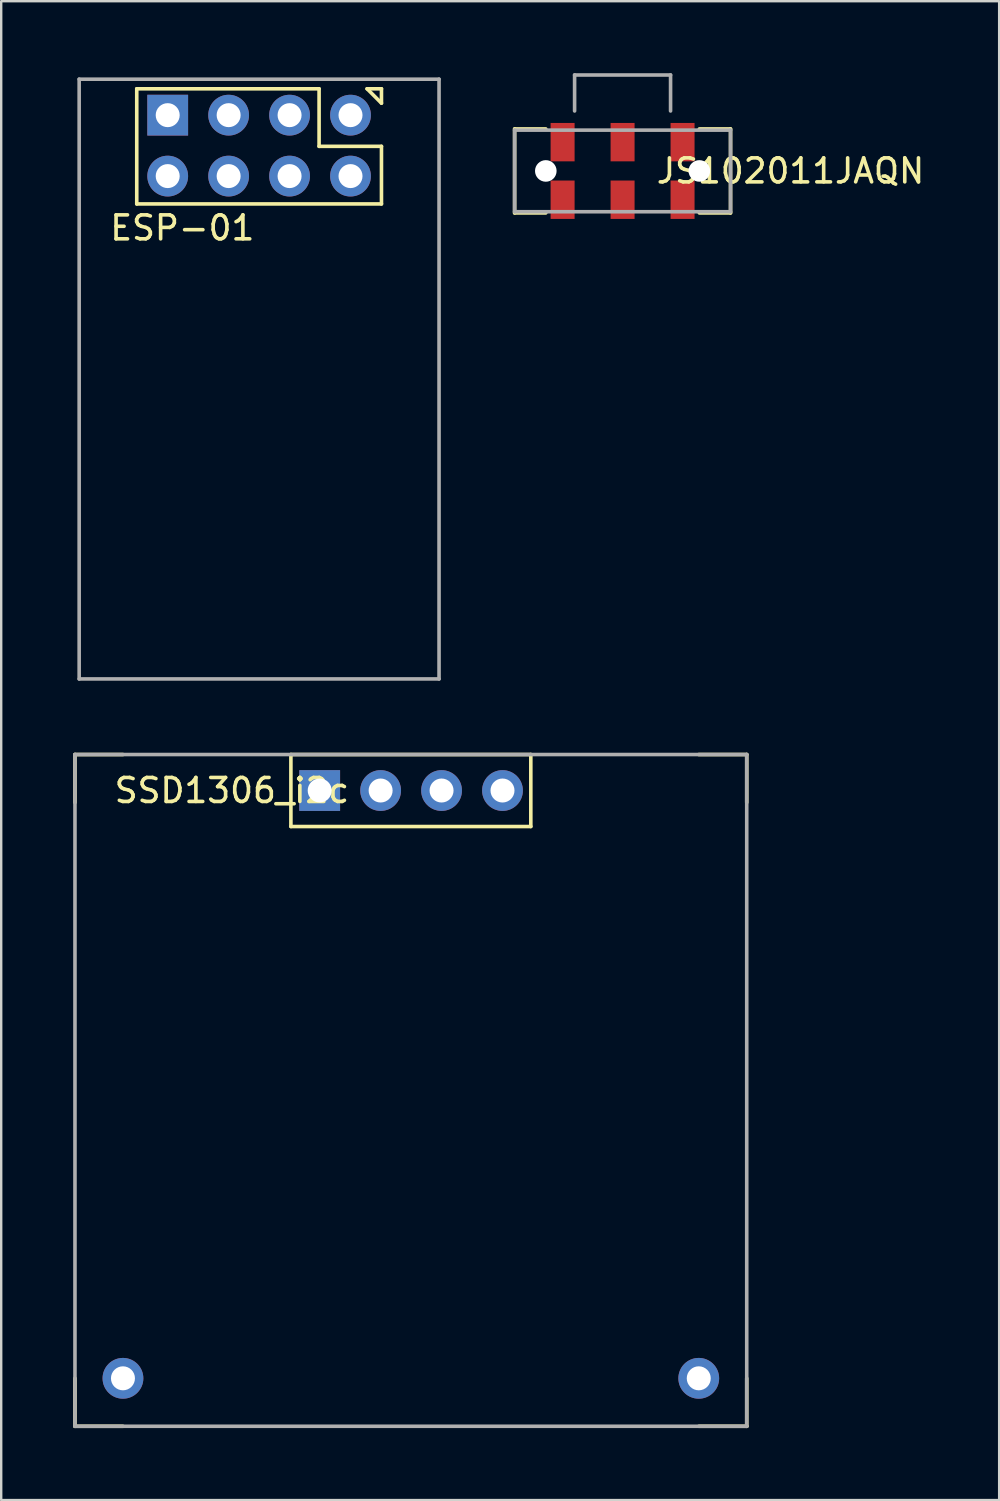
<source format=kicad_pcb>
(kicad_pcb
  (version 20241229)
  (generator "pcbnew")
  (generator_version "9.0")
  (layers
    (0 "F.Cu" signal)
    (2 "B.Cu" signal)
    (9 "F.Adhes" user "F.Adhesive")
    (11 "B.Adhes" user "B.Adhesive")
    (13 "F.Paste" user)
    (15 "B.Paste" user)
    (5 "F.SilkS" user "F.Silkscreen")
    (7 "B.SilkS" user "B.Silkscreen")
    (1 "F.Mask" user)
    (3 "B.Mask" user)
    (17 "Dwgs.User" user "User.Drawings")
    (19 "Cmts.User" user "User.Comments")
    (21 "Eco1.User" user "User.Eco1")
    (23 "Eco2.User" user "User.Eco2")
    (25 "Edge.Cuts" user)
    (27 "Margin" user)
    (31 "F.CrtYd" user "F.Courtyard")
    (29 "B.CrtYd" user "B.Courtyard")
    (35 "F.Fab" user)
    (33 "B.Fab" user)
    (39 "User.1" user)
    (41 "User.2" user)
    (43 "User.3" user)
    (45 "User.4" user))
  (footprint "JS102011JAQN"
    (layer "F.Cu")
    (at 22.9 4.075)
    (property "Reference" "JS102011JAQN" (at 7 0 0) (layer "F.SilkS") (effects (font (size 1 1) (thickness 0.15))))
    (attr through_hole)
    (fp_line (start -4.5 -1.75) (end -4.5 1.75) (stroke (width 0.15) (type solid)) (layer "F.SilkS"))
    (fp_line (start -4.5 -1.75) (end -3.2 -1.75) (stroke (width 0.15) (type solid)) (layer "F.SilkS"))
    (fp_line (start -4.5 1.75) (end -3.2 1.75) (stroke (width 0.15) (type solid)) (layer "F.SilkS"))
    (fp_line (start 3.2 -1.75) (end 4.5 -1.75) (stroke (width 0.15) (type solid)) (layer "F.SilkS"))
    (fp_line (start 3.2 1.75) (end 4.5 1.75) (stroke (width 0.15) (type solid)) (layer "F.SilkS"))
    (fp_line (start 4.5 -1.75) (end 4.5 1.75) (stroke (width 0.15) (type solid)) (layer "F.SilkS"))
    (fp_line (start -4.5 -1.7) (end 4.5 -1.7) (stroke (width 0.15) (type solid)) (layer "F.Fab"))
    (fp_line (start -4.5 1.7) (end -4.5 -1.7) (stroke (width 0.15) (type solid)) (layer "F.Fab"))
    (fp_line (start -2 -4) (end 2 -4) (stroke (width 0.15) (type solid)) (layer "F.Fab"))
    (fp_line (start -2 -2.5) (end -2 -4) (stroke (width 0.15) (type solid)) (layer "F.Fab"))
    (fp_line (start 2 -2.5) (end 2 -4) (stroke (width 0.15) (type solid)) (layer "F.Fab"))
    (fp_line (start 4.5 -1.7) (end 4.5 1.7) (stroke (width 0.15) (type solid)) (layer "F.Fab"))
    (fp_line (start 4.5 1.7) (end -4.5 1.7) (stroke (width 0.15) (type solid)) (layer "F.Fab"))
    (pad "" np_thru_hole circle (at -3.2 0) (size 0.9 0.9) (drill 0.9) (layers "*.Cu" "*.Mask"))
    (pad "" np_thru_hole circle (at 3.2 0) (size 0.9 0.9) (drill 0.9) (layers "*.Cu" "*.Mask"))
    (pad "1" smd rect (at -2.5 -1.2 90) (size 1.6 1) (layers "F.Cu" "F.Mask" "F.Paste"))
    (pad "2" smd rect (at 0 -1.2 90) (size 1.6 1) (layers "F.Cu" "F.Mask" "F.Paste"))
    (pad "3" smd rect (at 2.5 -1.2 90) (size 1.6 1) (layers "F.Cu" "F.Mask" "F.Paste"))
    (pad "4" smd rect (at -2.5 1.2 90) (size 1.6 1) (layers "F.Cu" "F.Mask" "F.Paste"))
    (pad "5" smd rect (at 0 1.2 90) (size 1.6 1) (layers "F.Cu" "F.Mask" "F.Paste"))
    (pad "6" smd rect (at 2.5 1.2 90) (size 1.6 1) (layers "F.Cu" "F.Mask" "F.Paste")))
  (footprint "SSD1306_i2c"
    (layer "F.Cu")
    (at 14.075 42.4)
    (property "Reference" "SSD1306_i2c" (at -7.46 -12.5 0) (layer "F.SilkS") (effects (font (size 1 1) (thickness 0.15))))
    (attr through_hole)
    (fp_line (start -14 -14) (end -14 -12) (stroke (width 0.15) (type solid)) (layer "F.SilkS"))
    (fp_line (start -14 -14) (end -12 -14) (stroke (width 0.15) (type solid)) (layer "F.SilkS"))
    (fp_line (start -14 14) (end -14 12) (stroke (width 0.15) (type solid)) (layer "F.SilkS"))
    (fp_line (start -14 14) (end -12 14) (stroke (width 0.15) (type solid)) (layer "F.SilkS"))
    (fp_line (start -5 -14) (end -5 -11) (stroke (width 0.15) (type solid)) (layer "F.SilkS"))
    (fp_line (start -5 -14) (end 5 -14) (stroke (width 0.15) (type solid)) (layer "F.SilkS"))
    (fp_line (start -5 -11) (end 5 -11) (stroke (width 0.15) (type solid)) (layer "F.SilkS"))
    (fp_line (start 5 -11) (end 5 -14) (stroke (width 0.15) (type solid)) (layer "F.SilkS"))
    (fp_line (start 14 -14) (end 12 -14) (stroke (width 0.15) (type solid)) (layer "F.SilkS"))
    (fp_line (start 14 -14) (end 14 -12) (stroke (width 0.15) (type solid)) (layer "F.SilkS"))
    (fp_line (start 14 14) (end 14 12) (stroke (width 0.15) (type solid)) (layer "F.SilkS"))
    (fp_line (start 14.005 14) (end 12.005 14) (stroke (width 0.15) (type solid)) (layer "F.SilkS"))
    (fp_line (start -14 -14) (end 14 -14) (stroke (width 0.15) (type solid)) (layer "F.Fab"))
    (fp_line (start -14 14) (end -14 -14) (stroke (width 0.15) (type solid)) (layer "F.Fab"))
    (fp_line (start 14 -14) (end 14 14) (stroke (width 0.15) (type solid)) (layer "F.Fab"))
    (fp_line (start 14 14) (end -14 14) (stroke (width 0.15) (type solid)) (layer "F.Fab"))
    (pad "" thru_hole circle (at -12 12) (size 1.7 1.7) (drill 1) (layers "*.Cu" "*.Mask"))
    (pad "" thru_hole circle (at 12 12) (size 1.7 1.7) (drill 1) (layers "*.Cu" "*.Mask"))
    (pad "1" thru_hole rect (at -3.8 -12.5) (size 1.7 1.7) (drill 1) (layers "*.Cu" "*.Mask"))
    (pad "2" thru_hole circle (at -1.26 -12.5) (size 1.7 1.7) (drill 1) (layers "*.Cu" "*.Mask"))
    (pad "3" thru_hole circle (at 1.28 -12.5) (size 1.7 1.7) (drill 1) (layers "*.Cu" "*.Mask"))
    (pad "4" thru_hole circle (at 3.82 -12.5) (size 1.7 1.7) (drill 1) (layers "*.Cu" "*.Mask")))
  (footprint "ESP-01"
    (layer "F.Cu")
    (at 0.25 0.25)
    (property "Reference" "ESP-01" (at 4.3 6.2 0) (layer "F.SilkS") (effects (font (size 1 1) (thickness 0.15))))
    (attr through_hole)
    (fp_line (start 2.4 0.4) (end 2.4 5.2) (stroke (width 0.15) (type solid)) (layer "F.SilkS"))
    (fp_line (start 2.4 0.4) (end 10 0.4) (stroke (width 0.15) (type solid)) (layer "F.SilkS"))
    (fp_line (start 10 2.8) (end 10 0.4) (stroke (width 0.15) (type solid)) (layer "F.SilkS"))
    (fp_line (start 10 2.8) (end 12.6 2.8) (stroke (width 0.15) (type solid)) (layer "F.SilkS"))
    (fp_line (start 12 0.4) (end 12.6 1) (stroke (width 0.15) (type solid)) (layer "F.SilkS"))
    (fp_line (start 12.6 0.4) (end 12 0.4) (stroke (width 0.15) (type solid)) (layer "F.SilkS"))
    (fp_line (start 12.6 0.4) (end 12.6 1) (stroke (width 0.15) (type solid)) (layer "F.SilkS"))
    (fp_line (start 12.6 5.2) (end 2.4 5.2) (stroke (width 0.15) (type solid)) (layer "F.SilkS"))
    (fp_line (start 12.6 5.2) (end 12.6 2.8) (stroke (width 0.15) (type solid)) (layer "F.SilkS"))
    (fp_line (start 0 0) (end 15 0) (stroke (width 0.15) (type solid)) (layer "F.Fab"))
    (fp_line (start 0 25) (end 0 0) (stroke (width 0.15) (type solid)) (layer "F.Fab"))
    (fp_line (start 15 0) (end 15 25) (stroke (width 0.15) (type solid)) (layer "F.Fab"))
    (fp_line (start 15 25) (end 0 25) (stroke (width 0.15) (type solid)) (layer "F.Fab"))
    (pad "1" thru_hole circle (at 11.31 4.04 90) (size 1.7 1.7) (drill 1) (layers "*.Cu" "*.Mask"))
    (pad "2" thru_hole circle (at 11.31 1.5 90) (size 1.7 1.7) (drill 1) (layers "*.Cu" "*.Mask"))
    (pad "3" thru_hole circle (at 8.77 4.04 90) (size 1.7 1.7) (drill 1) (layers "*.Cu" "*.Mask"))
    (pad "4" thru_hole circle (at 8.77 1.5 90) (size 1.7 1.7) (drill 1) (layers "*.Cu" "*.Mask"))
    (pad "5" thru_hole circle (at 6.23 4.04 90) (size 1.7 1.7) (drill 1) (layers "*.Cu" "*.Mask"))
    (pad "6" thru_hole circle (at 6.23 1.5 90) (size 1.7 1.7) (drill 1) (layers "*.Cu" "*.Mask"))
    (pad "7" thru_hole circle (at 3.69 4.04 90) (size 1.7 1.7) (drill 1) (layers "*.Cu" "*.Mask"))
    (pad "8" thru_hole rect (at 3.69 1.5 90) (size 1.7 1.7) (drill 1) (layers "*.Cu" "*.Mask")))
  (gr_rect
    (start -3 -3)
    (end 38.596 59.475)
    (stroke (width 0.1) (type default))
    (fill no)
    (layer "Edge.Cuts")))
</source>
